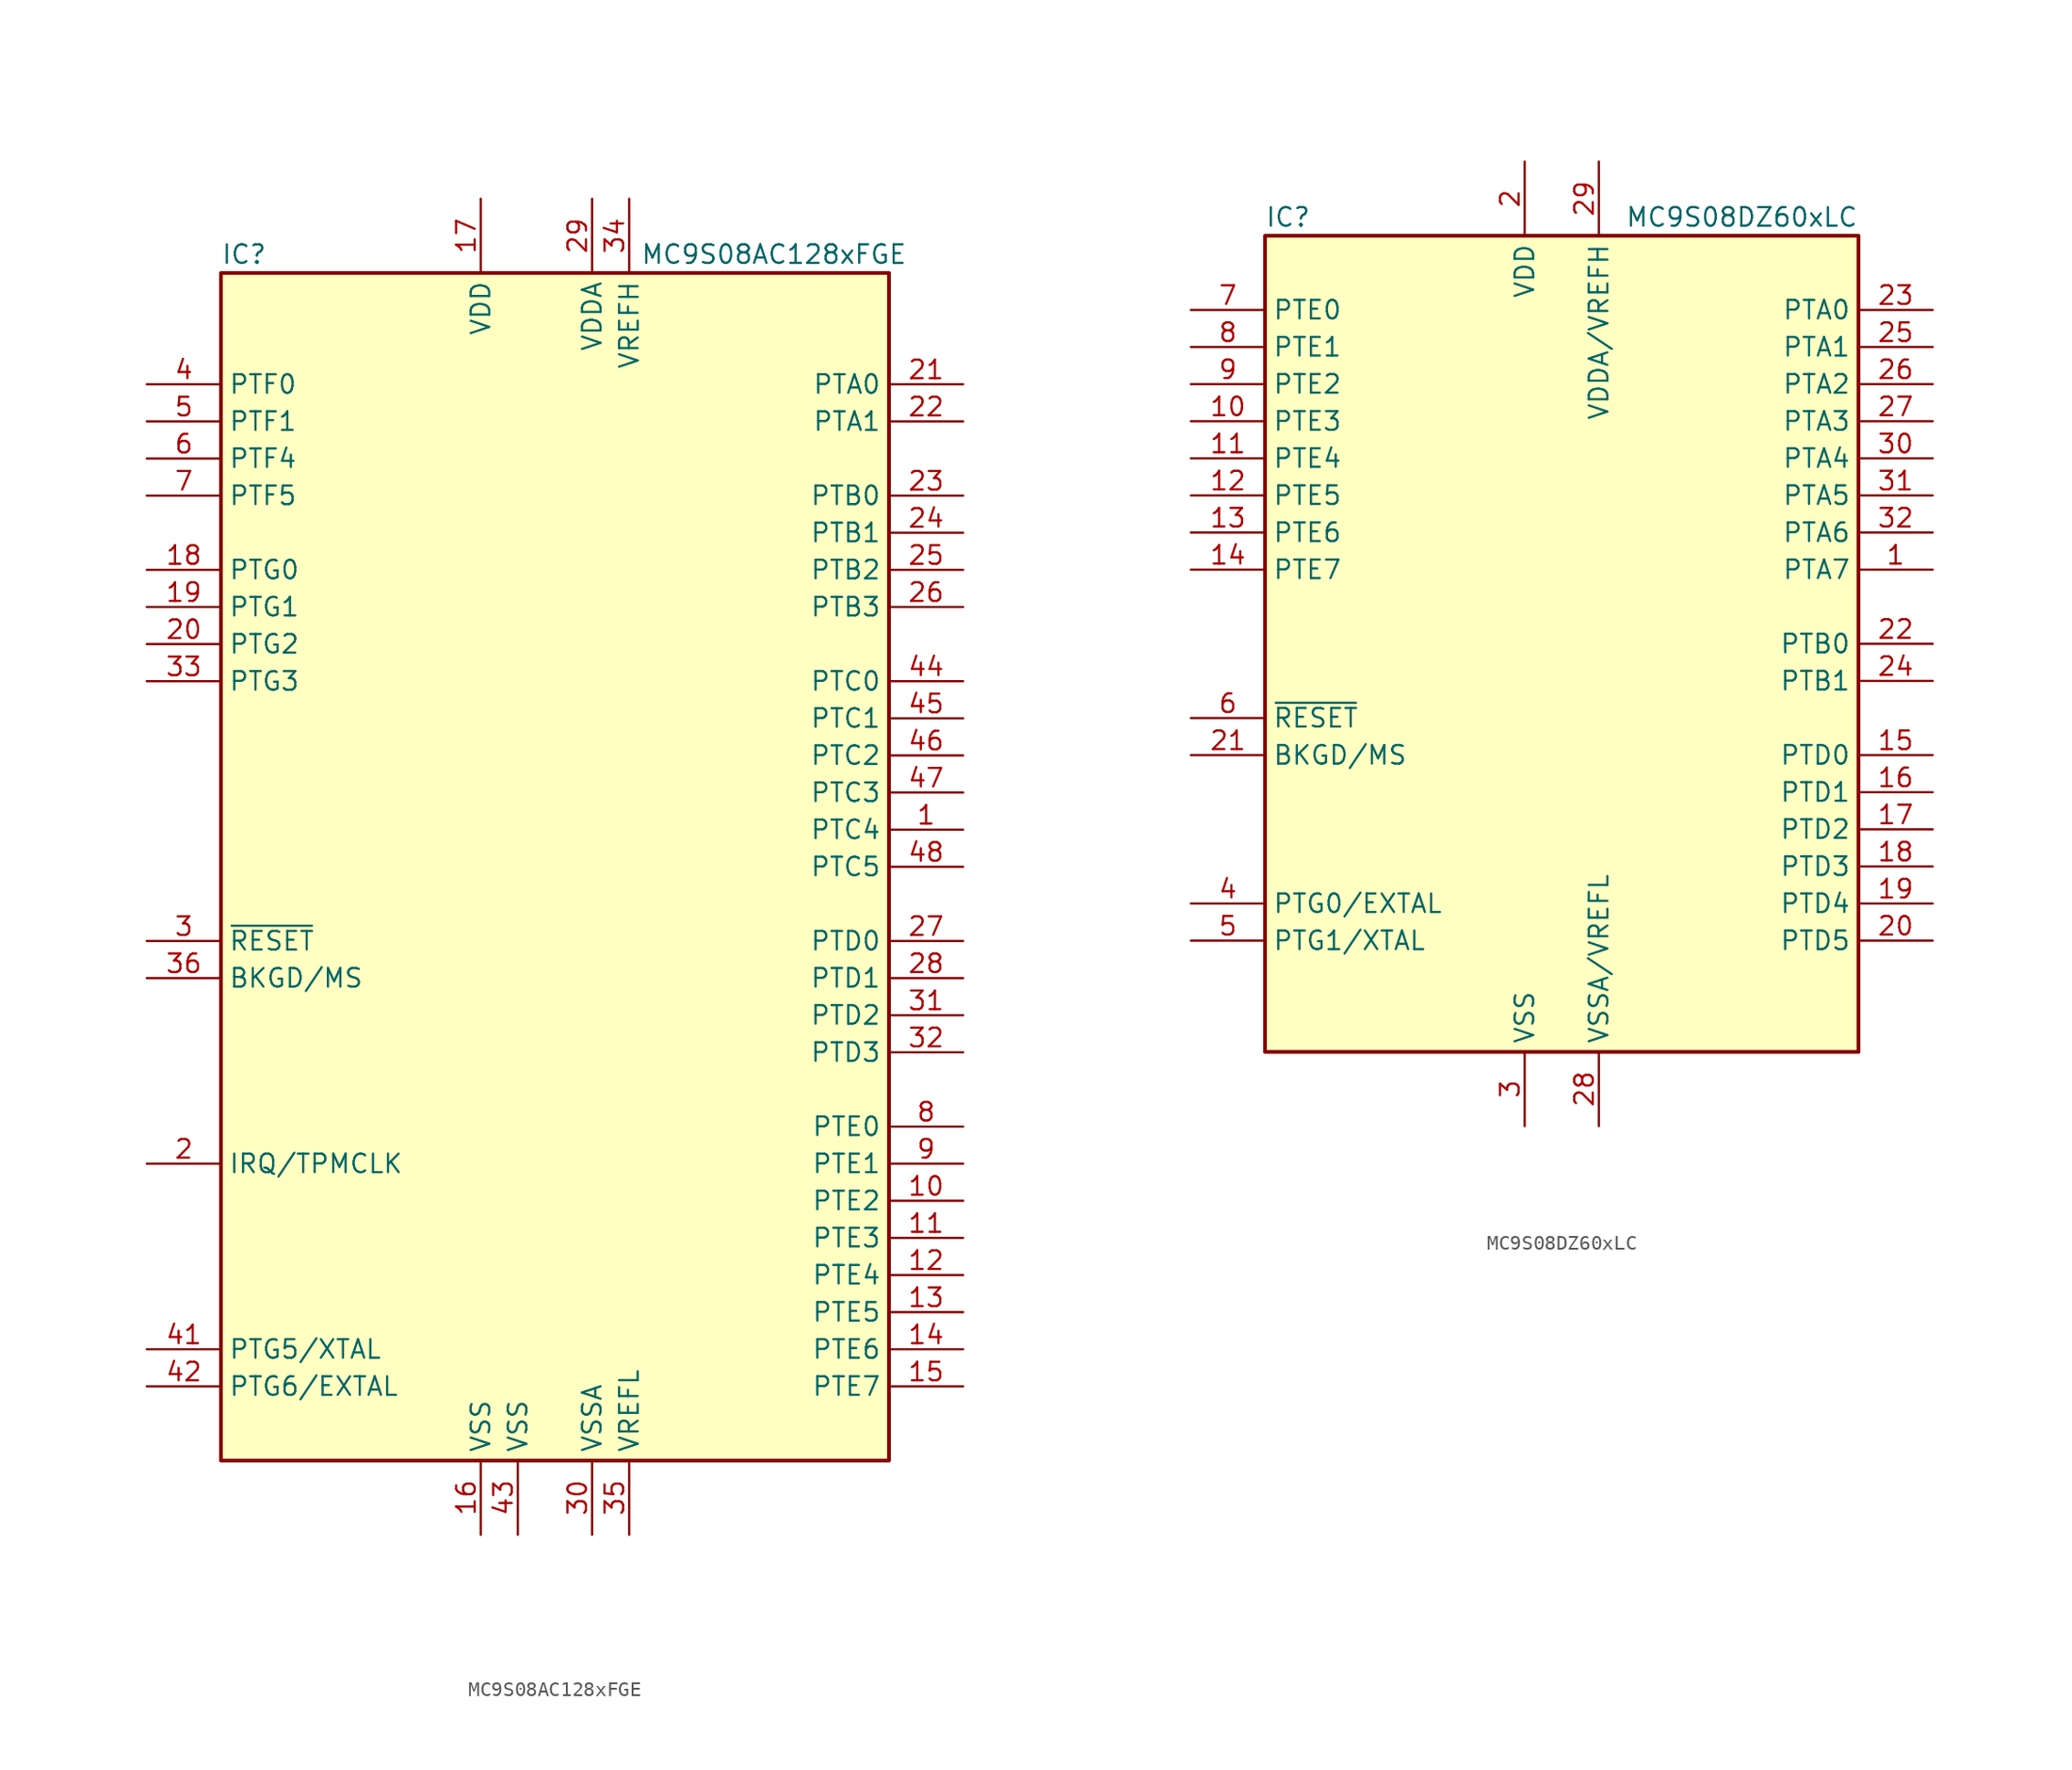
<source format=kicad_sym>
(kicad_symbol_lib
  (version 20201005)
  (generator kicad_symbol_editor)
  (symbol "MC9S08AC128xFGE"
    (property "Reference" "IC"
      (at -22.86 41.91 0)
      (effects (font (size 1.27 1.27)) (justify left)))
    (property "Value" "MC9S08AC128xFGE"
      (at 24.13 41.91 0)
      (effects (font (size 1.27 1.27)) (justify right)))
    (symbol "MC9S08AC128xFGE_0_1"
      (rectangle (start -22.86 40.64) (end 22.86 -40.64) (stroke (width 0.254)) (fill (type background))))
    (symbol "MC9S08AC128xFGE_1_1"
      (pin bidirectional line (at 27.94 2.54 180) (length 5.08) (name "PTC4" (effects (font (size 1.27 1.27)))) (number "1" (effects (font (size 1.27 1.27)))))
      (pin bidirectional line (at 27.94 -22.86 180) (length 5.08) (name "PTE2" (effects (font (size 1.27 1.27)))) (number "10" (effects (font (size 1.27 1.27)))))
      (pin bidirectional line (at 27.94 -25.4 180) (length 5.08) (name "PTE3" (effects (font (size 1.27 1.27)))) (number "11" (effects (font (size 1.27 1.27)))))
      (pin bidirectional line (at 27.94 -27.94 180) (length 5.08) (name "PTE4" (effects (font (size 1.27 1.27)))) (number "12" (effects (font (size 1.27 1.27)))))
      (pin bidirectional line (at 27.94 -30.48 180) (length 5.08) (name "PTE5" (effects (font (size 1.27 1.27)))) (number "13" (effects (font (size 1.27 1.27)))))
      (pin bidirectional line (at 27.94 -33.02 180) (length 5.08) (name "PTE6" (effects (font (size 1.27 1.27)))) (number "14" (effects (font (size 1.27 1.27)))))
      (pin bidirectional line (at 27.94 -35.56 180) (length 5.08) (name "PTE7" (effects (font (size 1.27 1.27)))) (number "15" (effects (font (size 1.27 1.27)))))
      (pin power_in line (at -5.08 -45.72 90) (length 5.08) (name "VSS" (effects (font (size 1.27 1.27)))) (number "16" (effects (font (size 1.27 1.27)))))
      (pin power_in line (at -5.08 45.72 270) (length 5.08) (name "VDD" (effects (font (size 1.27 1.27)))) (number "17" (effects (font (size 1.27 1.27)))))
      (pin bidirectional line (at -27.94 20.32 0) (length 5.08) (name "PTG0" (effects (font (size 1.27 1.27)))) (number "18" (effects (font (size 1.27 1.27)))))
      (pin bidirectional line (at -27.94 17.78 0) (length 5.08) (name "PTG1" (effects (font (size 1.27 1.27)))) (number "19" (effects (font (size 1.27 1.27)))))
      (pin input line (at -27.94 -20.32 0) (length 5.08) (name "IRQ/TPMCLK" (effects (font (size 1.27 1.27)))) (number "2" (effects (font (size 1.27 1.27)))))
      (pin bidirectional line (at -27.94 15.24 0) (length 5.08) (name "PTG2" (effects (font (size 1.27 1.27)))) (number "20" (effects (font (size 1.27 1.27)))))
      (pin bidirectional line (at 27.94 33.02 180) (length 5.08) (name "PTA0" (effects (font (size 1.27 1.27)))) (number "21" (effects (font (size 1.27 1.27)))))
      (pin bidirectional line (at 27.94 30.48 180) (length 5.08) (name "PTA1" (effects (font (size 1.27 1.27)))) (number "22" (effects (font (size 1.27 1.27)))))
      (pin bidirectional line (at 27.94 25.4 180) (length 5.08) (name "PTB0" (effects (font (size 1.27 1.27)))) (number "23" (effects (font (size 1.27 1.27)))))
      (pin bidirectional line (at 27.94 22.86 180) (length 5.08) (name "PTB1" (effects (font (size 1.27 1.27)))) (number "24" (effects (font (size 1.27 1.27)))))
      (pin bidirectional line (at 27.94 20.32 180) (length 5.08) (name "PTB2" (effects (font (size 1.27 1.27)))) (number "25" (effects (font (size 1.27 1.27)))))
      (pin bidirectional line (at 27.94 17.78 180) (length 5.08) (name "PTB3" (effects (font (size 1.27 1.27)))) (number "26" (effects (font (size 1.27 1.27)))))
      (pin bidirectional line (at 27.94 -5.08 180) (length 5.08) (name "PTD0" (effects (font (size 1.27 1.27)))) (number "27" (effects (font (size 1.27 1.27)))))
      (pin bidirectional line (at 27.94 -7.62 180) (length 5.08) (name "PTD1" (effects (font (size 1.27 1.27)))) (number "28" (effects (font (size 1.27 1.27)))))
      (pin power_in line (at 2.54 45.72 270) (length 5.08) (name "VDDA" (effects (font (size 1.27 1.27)))) (number "29" (effects (font (size 1.27 1.27)))))
      (pin input line (at -27.94 -5.08 0) (length 5.08) (name "~RESET" (effects (font (size 1.27 1.27)))) (number "3" (effects (font (size 1.27 1.27)))))
      (pin power_in line (at 2.54 -45.72 90) (length 5.08) (name "VSSA" (effects (font (size 1.27 1.27)))) (number "30" (effects (font (size 1.27 1.27)))))
      (pin bidirectional line (at 27.94 -10.16 180) (length 5.08) (name "PTD2" (effects (font (size 1.27 1.27)))) (number "31" (effects (font (size 1.27 1.27)))))
      (pin bidirectional line (at 27.94 -12.7 180) (length 5.08) (name "PTD3" (effects (font (size 1.27 1.27)))) (number "32" (effects (font (size 1.27 1.27)))))
      (pin bidirectional line (at -27.94 12.7 0) (length 5.08) (name "PTG3" (effects (font (size 1.27 1.27)))) (number "33" (effects (font (size 1.27 1.27)))))
      (pin power_in line (at 5.08 45.72 270) (length 5.08) (name "VREFH" (effects (font (size 1.27 1.27)))) (number "34" (effects (font (size 1.27 1.27)))))
      (pin power_in line (at 5.08 -45.72 90) (length 5.08) (name "VREFL" (effects (font (size 1.27 1.27)))) (number "35" (effects (font (size 1.27 1.27)))))
      (pin bidirectional line (at -27.94 -7.62 0) (length 5.08) (name "BKGD/MS" (effects (font (size 1.27 1.27)))) (number "36" (effects (font (size 1.27 1.27)))))
      (pin bidirectional line (at -27.94 33.02 0) (length 5.08) (name "PTF0" (effects (font (size 1.27 1.27)))) (number "4" (effects (font (size 1.27 1.27)))))
      (pin bidirectional line (at -27.94 -33.02 0) (length 5.08) (name "PTG5/XTAL" (effects (font (size 1.27 1.27)))) (number "41" (effects (font (size 1.27 1.27)))))
      (pin bidirectional line (at -27.94 -35.56 0) (length 5.08) (name "PTG6/EXTAL" (effects (font (size 1.27 1.27)))) (number "42" (effects (font (size 1.27 1.27)))))
      (pin power_in line (at -2.54 -45.72 90) (length 5.08) (name "VSS" (effects (font (size 1.27 1.27)))) (number "43" (effects (font (size 1.27 1.27)))))
      (pin bidirectional line (at 27.94 12.7 180) (length 5.08) (name "PTC0" (effects (font (size 1.27 1.27)))) (number "44" (effects (font (size 1.27 1.27)))))
      (pin bidirectional line (at 27.94 10.16 180) (length 5.08) (name "PTC1" (effects (font (size 1.27 1.27)))) (number "45" (effects (font (size 1.27 1.27)))))
      (pin bidirectional line (at 27.94 7.62 180) (length 5.08) (name "PTC2" (effects (font (size 1.27 1.27)))) (number "46" (effects (font (size 1.27 1.27)))))
      (pin bidirectional line (at 27.94 5.08 180) (length 5.08) (name "PTC3" (effects (font (size 1.27 1.27)))) (number "47" (effects (font (size 1.27 1.27)))))
      (pin bidirectional line (at 27.94 0 180) (length 5.08) (name "PTC5" (effects (font (size 1.27 1.27)))) (number "48" (effects (font (size 1.27 1.27)))))
      (pin bidirectional line (at -27.94 30.48 0) (length 5.08) (name "PTF1" (effects (font (size 1.27 1.27)))) (number "5" (effects (font (size 1.27 1.27)))))
      (pin bidirectional line (at -27.94 27.94 0) (length 5.08) (name "PTF4" (effects (font (size 1.27 1.27)))) (number "6" (effects (font (size 1.27 1.27)))))
      (pin bidirectional line (at -27.94 25.4 0) (length 5.08) (name "PTF5" (effects (font (size 1.27 1.27)))) (number "7" (effects (font (size 1.27 1.27)))))
      (pin bidirectional line (at 27.94 -17.78 180) (length 5.08) (name "PTE0" (effects (font (size 1.27 1.27)))) (number "8" (effects (font (size 1.27 1.27)))))
      (pin bidirectional line (at 27.94 -20.32 180) (length 5.08) (name "PTE1" (effects (font (size 1.27 1.27)))) (number "9" (effects (font (size 1.27 1.27)))))))
  (symbol "MC9S08DZ60xLC"
    (property "Reference" "IC"
      (at -20.32 29.21 0)
      (effects (font (size 1.27 1.27)) (justify left)))
    (property "Value" "MC9S08DZ60xLC"
      (at 20.32 29.21 0)
      (effects (font (size 1.27 1.27)) (justify right)))
    (symbol "MC9S08DZ60xLC_0_1"
      (rectangle (start -20.32 27.94) (end 20.32 -27.94) (stroke (width 0.254)) (fill (type background))))
    (symbol "MC9S08DZ60xLC_1_1"
      (pin bidirectional line (at 25.4 5.08 180) (length 5.08) (name "PTA7" (effects (font (size 1.27 1.27)))) (number "1" (effects (font (size 1.27 1.27)))))
      (pin bidirectional line (at -25.4 15.24 0) (length 5.08) (name "PTE3" (effects (font (size 1.27 1.27)))) (number "10" (effects (font (size 1.27 1.27)))))
      (pin bidirectional line (at -25.4 12.7 0) (length 5.08) (name "PTE4" (effects (font (size 1.27 1.27)))) (number "11" (effects (font (size 1.27 1.27)))))
      (pin bidirectional line (at -25.4 10.16 0) (length 5.08) (name "PTE5" (effects (font (size 1.27 1.27)))) (number "12" (effects (font (size 1.27 1.27)))))
      (pin bidirectional line (at -25.4 7.62 0) (length 5.08) (name "PTE6" (effects (font (size 1.27 1.27)))) (number "13" (effects (font (size 1.27 1.27)))))
      (pin bidirectional line (at -25.4 5.08 0) (length 5.08) (name "PTE7" (effects (font (size 1.27 1.27)))) (number "14" (effects (font (size 1.27 1.27)))))
      (pin bidirectional line (at 25.4 -7.62 180) (length 5.08) (name "PTD0" (effects (font (size 1.27 1.27)))) (number "15" (effects (font (size 1.27 1.27)))))
      (pin bidirectional line (at 25.4 -10.16 180) (length 5.08) (name "PTD1" (effects (font (size 1.27 1.27)))) (number "16" (effects (font (size 1.27 1.27)))))
      (pin bidirectional line (at 25.4 -12.7 180) (length 5.08) (name "PTD2" (effects (font (size 1.27 1.27)))) (number "17" (effects (font (size 1.27 1.27)))))
      (pin bidirectional line (at 25.4 -15.24 180) (length 5.08) (name "PTD3" (effects (font (size 1.27 1.27)))) (number "18" (effects (font (size 1.27 1.27)))))
      (pin bidirectional line (at 25.4 -17.78 180) (length 5.08) (name "PTD4" (effects (font (size 1.27 1.27)))) (number "19" (effects (font (size 1.27 1.27)))))
      (pin power_in line (at -2.54 33.02 270) (length 5.08) (name "VDD" (effects (font (size 1.27 1.27)))) (number "2" (effects (font (size 1.27 1.27)))))
      (pin bidirectional line (at 25.4 -20.32 180) (length 5.08) (name "PTD5" (effects (font (size 1.27 1.27)))) (number "20" (effects (font (size 1.27 1.27)))))
      (pin bidirectional line (at -25.4 -7.62 0) (length 5.08) (name "BKGD/MS" (effects (font (size 1.27 1.27)))) (number "21" (effects (font (size 1.27 1.27)))))
      (pin bidirectional line (at 25.4 0 180) (length 5.08) (name "PTB0" (effects (font (size 1.27 1.27)))) (number "22" (effects (font (size 1.27 1.27)))))
      (pin bidirectional line (at 25.4 22.86 180) (length 5.08) (name "PTA0" (effects (font (size 1.27 1.27)))) (number "23" (effects (font (size 1.27 1.27)))))
      (pin bidirectional line (at 25.4 -2.54 180) (length 5.08) (name "PTB1" (effects (font (size 1.27 1.27)))) (number "24" (effects (font (size 1.27 1.27)))))
      (pin bidirectional line (at 25.4 20.32 180) (length 5.08) (name "PTA1" (effects (font (size 1.27 1.27)))) (number "25" (effects (font (size 1.27 1.27)))))
      (pin bidirectional line (at 25.4 17.78 180) (length 5.08) (name "PTA2" (effects (font (size 1.27 1.27)))) (number "26" (effects (font (size 1.27 1.27)))))
      (pin bidirectional line (at 25.4 15.24 180) (length 5.08) (name "PTA3" (effects (font (size 1.27 1.27)))) (number "27" (effects (font (size 1.27 1.27)))))
      (pin power_in line (at 2.54 -33.02 90) (length 5.08) (name "VSSA/VREFL" (effects (font (size 1.27 1.27)))) (number "28" (effects (font (size 1.27 1.27)))))
      (pin power_in line (at 2.54 33.02 270) (length 5.08) (name "VDDA/VREFH" (effects (font (size 1.27 1.27)))) (number "29" (effects (font (size 1.27 1.27)))))
      (pin power_in line (at -2.54 -33.02 90) (length 5.08) (name "VSS" (effects (font (size 1.27 1.27)))) (number "3" (effects (font (size 1.27 1.27)))))
      (pin bidirectional line (at 25.4 12.7 180) (length 5.08) (name "PTA4" (effects (font (size 1.27 1.27)))) (number "30" (effects (font (size 1.27 1.27)))))
      (pin bidirectional line (at 25.4 10.16 180) (length 5.08) (name "PTA5" (effects (font (size 1.27 1.27)))) (number "31" (effects (font (size 1.27 1.27)))))
      (pin bidirectional line (at 25.4 7.62 180) (length 5.08) (name "PTA6" (effects (font (size 1.27 1.27)))) (number "32" (effects (font (size 1.27 1.27)))))
      (pin bidirectional line (at -25.4 -17.78 0) (length 5.08) (name "PTG0/EXTAL" (effects (font (size 1.27 1.27)))) (number "4" (effects (font (size 1.27 1.27)))))
      (pin bidirectional line (at -25.4 -20.32 0) (length 5.08) (name "PTG1/XTAL" (effects (font (size 1.27 1.27)))) (number "5" (effects (font (size 1.27 1.27)))))
      (pin input line (at -25.4 -5.08 0) (length 5.08) (name "~RESET" (effects (font (size 1.27 1.27)))) (number "6" (effects (font (size 1.27 1.27)))))
      (pin bidirectional line (at -25.4 22.86 0) (length 5.08) (name "PTE0" (effects (font (size 1.27 1.27)))) (number "7" (effects (font (size 1.27 1.27)))))
      (pin bidirectional line (at -25.4 20.32 0) (length 5.08) (name "PTE1" (effects (font (size 1.27 1.27)))) (number "8" (effects (font (size 1.27 1.27)))))
      (pin bidirectional line (at -25.4 17.78 0) (length 5.08) (name "PTE2" (effects (font (size 1.27 1.27)))) (number "9" (effects (font (size 1.27 1.27))))))))
</source>
